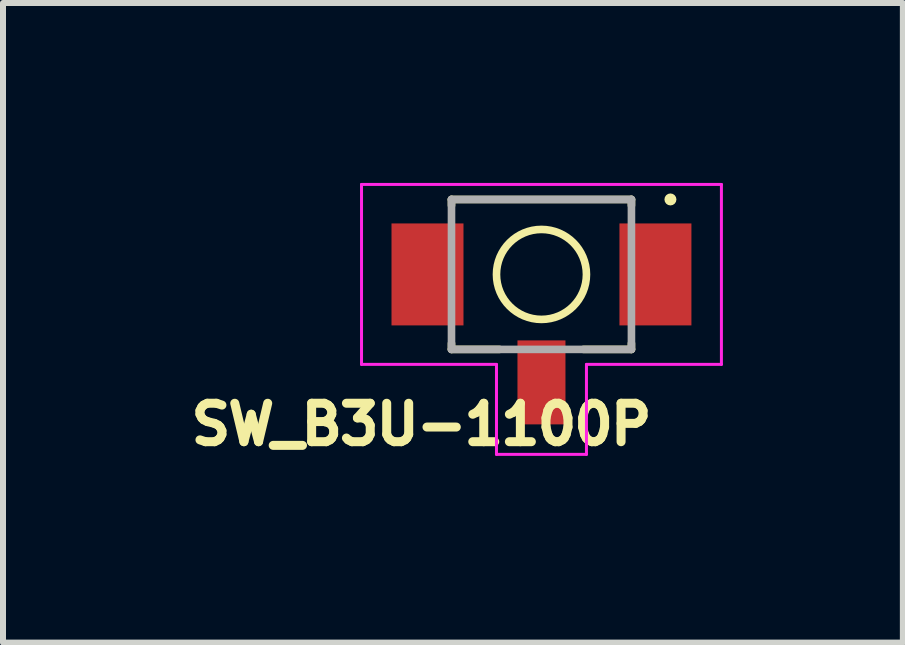
<source format=kicad_pcb>
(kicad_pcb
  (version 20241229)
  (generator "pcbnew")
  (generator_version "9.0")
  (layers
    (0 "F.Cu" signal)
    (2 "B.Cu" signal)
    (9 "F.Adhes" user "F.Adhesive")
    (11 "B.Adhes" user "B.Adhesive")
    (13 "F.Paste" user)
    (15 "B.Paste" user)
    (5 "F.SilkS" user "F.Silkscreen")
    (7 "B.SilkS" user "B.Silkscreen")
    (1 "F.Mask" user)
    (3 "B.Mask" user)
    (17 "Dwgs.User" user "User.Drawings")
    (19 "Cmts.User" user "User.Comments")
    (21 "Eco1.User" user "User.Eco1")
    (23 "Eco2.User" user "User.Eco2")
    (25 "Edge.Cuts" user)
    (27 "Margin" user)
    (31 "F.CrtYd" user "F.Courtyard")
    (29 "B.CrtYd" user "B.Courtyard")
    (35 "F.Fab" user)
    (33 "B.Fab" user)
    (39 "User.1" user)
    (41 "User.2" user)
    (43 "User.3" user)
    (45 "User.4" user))
  (footprint "SW_B3U-1100P"
    (layer "F.Cu")
    (at 5.977 1.525)
    (property "Reference" "SW_B3U-1100P" (at -2 2.5 180) (layer "F.SilkS") (effects (font (size 0.641 0.641) (thickness 0.15))))
    (attr smd)
    (fp_line (start -1.5 -1.25) (end 1.5 -1.25) (stroke (width 0.127) (type solid)) (layer "F.SilkS"))
    (fp_line (start -1.5 -1.15) (end -1.5 -1.25) (stroke (width 0.127) (type solid)) (layer "F.SilkS"))
    (fp_line (start -1.5 1.15) (end -1.5 1.25) (stroke (width 0.127) (type solid)) (layer "F.SilkS"))
    (fp_line (start -1.5 1.25) (end -0.7 1.25) (stroke (width 0.127) (type solid)) (layer "F.SilkS"))
    (fp_line (start 1.5 -1.25) (end 1.5 -1.15) (stroke (width 0.127) (type solid)) (layer "F.SilkS"))
    (fp_line (start 1.5 1.15) (end 1.5 1.25) (stroke (width 0.127) (type solid)) (layer "F.SilkS"))
    (fp_line (start 1.5 1.25) (end 0.7 1.25) (stroke (width 0.127) (type solid)) (layer "F.SilkS"))
    (fp_circle (center 0 0) (end 0.75 0) (stroke (width 0.127) (type solid)) (fill no) (layer "F.SilkS"))
    (fp_circle (center 2.15 -1.25) (end 2.2 -1.25) (stroke (width 0.1) (type solid)) (fill no) (layer "F.SilkS"))
    (fp_line (start -3 -1.5) (end 3 -1.5) (stroke (width 0.05) (type solid)) (layer "F.CrtYd"))
    (fp_line (start -3 1.5) (end -3 -1.5) (stroke (width 0.05) (type solid)) (layer "F.CrtYd"))
    (fp_line (start -0.75 1.5) (end -3 1.5) (stroke (width 0.05) (type solid)) (layer "F.CrtYd"))
    (fp_line (start -0.75 3) (end -0.75 1.5) (stroke (width 0.05) (type solid)) (layer "F.CrtYd"))
    (fp_line (start 0.75 1.5) (end 0.75 3) (stroke (width 0.05) (type solid)) (layer "F.CrtYd"))
    (fp_line (start 0.75 3) (end -0.75 3) (stroke (width 0.05) (type solid)) (layer "F.CrtYd"))
    (fp_line (start 3 -1.5) (end 3 1.5) (stroke (width 0.05) (type solid)) (layer "F.CrtYd"))
    (fp_line (start 3 1.5) (end 0.75 1.5) (stroke (width 0.05) (type solid)) (layer "F.CrtYd"))
    (fp_line (start -1.5 -1.25) (end 1.5 -1.25) (stroke (width 0.127) (type solid)) (layer "F.Fab"))
    (fp_line (start -1.5 1.25) (end -1.5 -1.25) (stroke (width 0.127) (type solid)) (layer "F.Fab"))
    (fp_line (start 1.5 -1.25) (end 1.5 1.25) (stroke (width 0.127) (type solid)) (layer "F.Fab"))
    (fp_line (start 1.5 1.25) (end -1.5 1.25) (stroke (width 0.127) (type solid)) (layer "F.Fab"))
    (pad "1" smd rect (at 1.9 0) (size 1.2 1.7) (layers "F.Cu" "F.Mask" "F.Paste"))
    (pad "2" smd rect (at -1.9 0) (size 1.2 1.7) (layers "F.Cu" "F.Mask" "F.Paste"))
    (pad "3" smd rect (at 0 1.8) (size 0.8 1.4) (layers "F.Cu" "F.Mask" "F.Paste")))
  (gr_rect
    (start -3 -3)
    (end 12.002 7.663)
    (stroke (width 0.1) (type default))
    (fill no)
    (layer "Edge.Cuts")))
</source>
